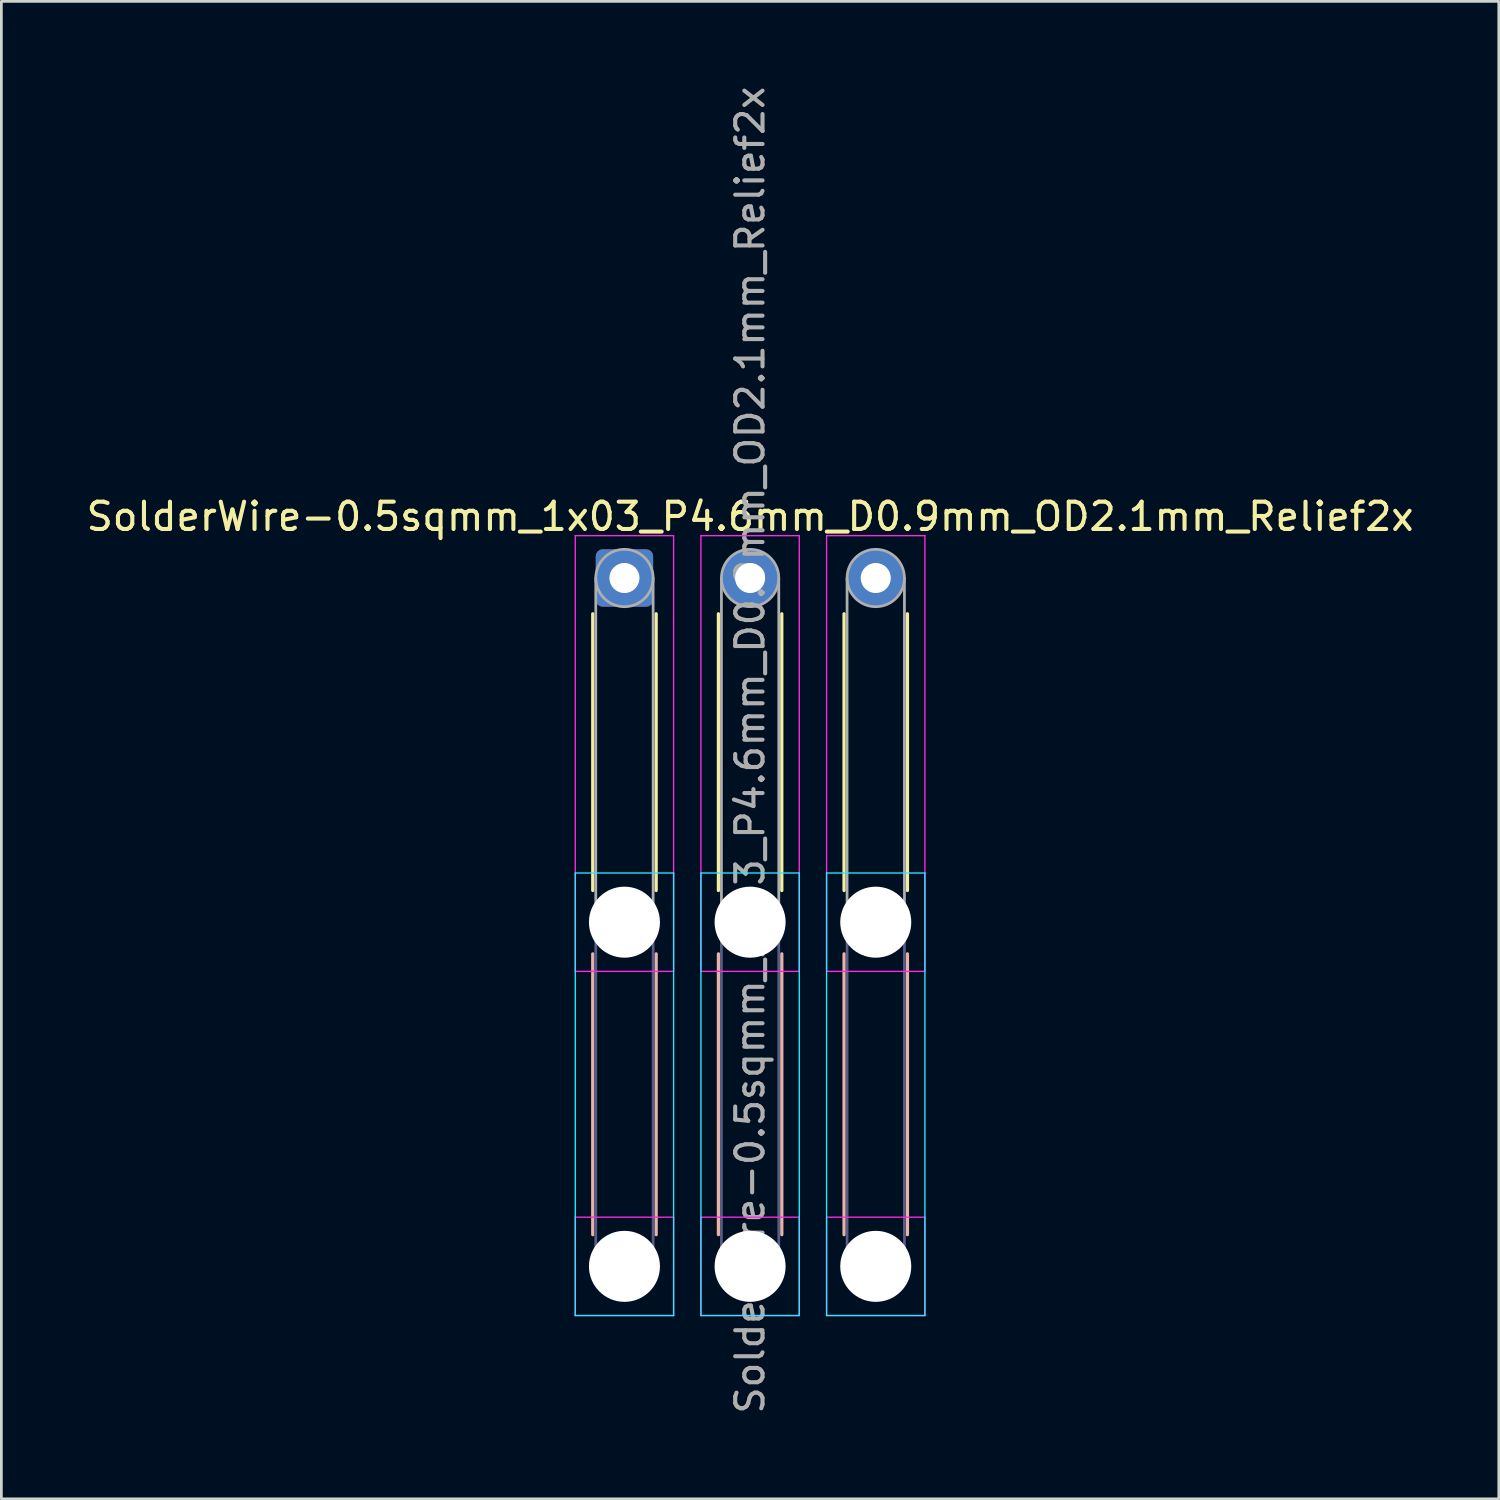
<source format=kicad_pcb>
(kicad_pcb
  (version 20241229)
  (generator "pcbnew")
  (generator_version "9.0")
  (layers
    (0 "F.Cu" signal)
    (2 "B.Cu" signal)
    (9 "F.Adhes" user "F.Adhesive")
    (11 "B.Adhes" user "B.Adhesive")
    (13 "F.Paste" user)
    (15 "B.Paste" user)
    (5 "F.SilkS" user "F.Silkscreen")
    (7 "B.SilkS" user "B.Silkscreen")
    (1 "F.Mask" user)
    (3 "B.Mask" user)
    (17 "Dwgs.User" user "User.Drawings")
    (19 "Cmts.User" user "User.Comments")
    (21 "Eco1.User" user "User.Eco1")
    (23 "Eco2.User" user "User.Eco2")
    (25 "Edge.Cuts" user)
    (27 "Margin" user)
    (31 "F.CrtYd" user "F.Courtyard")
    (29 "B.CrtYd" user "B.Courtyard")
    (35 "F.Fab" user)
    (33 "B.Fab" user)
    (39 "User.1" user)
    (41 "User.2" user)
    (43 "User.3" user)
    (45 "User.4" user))
  (footprint "SolderWire-0.5sqmm_1x03_P4.6mm_D0.9mm_OD2.1mm_Relief2x"
    (layer "F.Cu")
    (at 19.811 18.111)
    (property "Reference" "SolderWire-0.5sqmm_1x03_P4.6mm_D0.9mm_OD2.1mm_Relief2x" (at 4.6 -2.25 0) (layer "F.SilkS") (effects (font (size 1 1) (thickness 0.15))))
    (attr exclude_from_pos_files exclude_from_bom)
    (fp_line (start -1.16 1.31) (end -1.16 11.44) (stroke (width 0.12) (type solid)) (layer "F.SilkS"))
    (fp_line (start 1.16 1.31) (end 1.16 11.44) (stroke (width 0.12) (type solid)) (layer "F.SilkS"))
    (fp_line (start 3.44 1.31) (end 3.44 11.44) (stroke (width 0.12) (type solid)) (layer "F.SilkS"))
    (fp_line (start 5.76 1.31) (end 5.76 11.44) (stroke (width 0.12) (type solid)) (layer "F.SilkS"))
    (fp_line (start 8.04 1.31) (end 8.04 11.44) (stroke (width 0.12) (type solid)) (layer "F.SilkS"))
    (fp_line (start 10.36 1.31) (end 10.36 11.44) (stroke (width 0.12) (type solid)) (layer "F.SilkS"))
    (fp_line (start -1.16 13.76) (end -1.16 24.04) (stroke (width 0.12) (type solid)) (layer "B.SilkS"))
    (fp_line (start 1.16 13.76) (end 1.16 24.04) (stroke (width 0.12) (type solid)) (layer "B.SilkS"))
    (fp_line (start 3.44 13.76) (end 3.44 24.04) (stroke (width 0.12) (type solid)) (layer "B.SilkS"))
    (fp_line (start 5.76 13.76) (end 5.76 24.04) (stroke (width 0.12) (type solid)) (layer "B.SilkS"))
    (fp_line (start 8.04 13.76) (end 8.04 24.04) (stroke (width 0.12) (type solid)) (layer "B.SilkS"))
    (fp_line (start 10.36 13.76) (end 10.36 24.04) (stroke (width 0.12) (type solid)) (layer "B.SilkS"))
    (fp_line (start -1.8 10.8) (end -1.8 27) (stroke (width 0.05) (type solid)) (layer "B.CrtYd"))
    (fp_line (start -1.8 27) (end 1.8 27) (stroke (width 0.05) (type solid)) (layer "B.CrtYd"))
    (fp_line (start 1.8 10.8) (end -1.8 10.8) (stroke (width 0.05) (type solid)) (layer "B.CrtYd"))
    (fp_line (start 1.8 27) (end 1.8 10.8) (stroke (width 0.05) (type solid)) (layer "B.CrtYd"))
    (fp_line (start 2.8 10.8) (end 2.8 27) (stroke (width 0.05) (type solid)) (layer "B.CrtYd"))
    (fp_line (start 2.8 27) (end 6.4 27) (stroke (width 0.05) (type solid)) (layer "B.CrtYd"))
    (fp_line (start 6.4 10.8) (end 2.8 10.8) (stroke (width 0.05) (type solid)) (layer "B.CrtYd"))
    (fp_line (start 6.4 27) (end 6.4 10.8) (stroke (width 0.05) (type solid)) (layer "B.CrtYd"))
    (fp_line (start 7.4 10.8) (end 7.4 27) (stroke (width 0.05) (type solid)) (layer "B.CrtYd"))
    (fp_line (start 7.4 27) (end 11 27) (stroke (width 0.05) (type solid)) (layer "B.CrtYd"))
    (fp_line (start 11 10.8) (end 7.4 10.8) (stroke (width 0.05) (type solid)) (layer "B.CrtYd"))
    (fp_line (start 11 27) (end 11 10.8) (stroke (width 0.05) (type solid)) (layer "B.CrtYd"))
    (fp_line (start -1.8 -1.55) (end -1.8 14.4) (stroke (width 0.05) (type solid)) (layer "F.CrtYd"))
    (fp_line (start -1.8 14.4) (end 1.8 14.4) (stroke (width 0.05) (type solid)) (layer "F.CrtYd"))
    (fp_line (start -1.8 23.4) (end -1.8 27) (stroke (width 0.05) (type solid)) (layer "F.CrtYd"))
    (fp_line (start -1.8 27) (end 1.8 27) (stroke (width 0.05) (type solid)) (layer "F.CrtYd"))
    (fp_line (start 1.8 -1.55) (end -1.8 -1.55) (stroke (width 0.05) (type solid)) (layer "F.CrtYd"))
    (fp_line (start 1.8 14.4) (end 1.8 -1.55) (stroke (width 0.05) (type solid)) (layer "F.CrtYd"))
    (fp_line (start 1.8 23.4) (end -1.8 23.4) (stroke (width 0.05) (type solid)) (layer "F.CrtYd"))
    (fp_line (start 1.8 27) (end 1.8 23.4) (stroke (width 0.05) (type solid)) (layer "F.CrtYd"))
    (fp_line (start 2.8 -1.55) (end 2.8 14.4) (stroke (width 0.05) (type solid)) (layer "F.CrtYd"))
    (fp_line (start 2.8 14.4) (end 6.4 14.4) (stroke (width 0.05) (type solid)) (layer "F.CrtYd"))
    (fp_line (start 2.8 23.4) (end 2.8 27) (stroke (width 0.05) (type solid)) (layer "F.CrtYd"))
    (fp_line (start 2.8 27) (end 6.4 27) (stroke (width 0.05) (type solid)) (layer "F.CrtYd"))
    (fp_line (start 6.4 -1.55) (end 2.8 -1.55) (stroke (width 0.05) (type solid)) (layer "F.CrtYd"))
    (fp_line (start 6.4 14.4) (end 6.4 -1.55) (stroke (width 0.05) (type solid)) (layer "F.CrtYd"))
    (fp_line (start 6.4 23.4) (end 2.8 23.4) (stroke (width 0.05) (type solid)) (layer "F.CrtYd"))
    (fp_line (start 6.4 27) (end 6.4 23.4) (stroke (width 0.05) (type solid)) (layer "F.CrtYd"))
    (fp_line (start 7.4 -1.55) (end 7.4 14.4) (stroke (width 0.05) (type solid)) (layer "F.CrtYd"))
    (fp_line (start 7.4 14.4) (end 11 14.4) (stroke (width 0.05) (type solid)) (layer "F.CrtYd"))
    (fp_line (start 7.4 23.4) (end 7.4 27) (stroke (width 0.05) (type solid)) (layer "F.CrtYd"))
    (fp_line (start 7.4 27) (end 11 27) (stroke (width 0.05) (type solid)) (layer "F.CrtYd"))
    (fp_line (start 11 -1.55) (end 7.4 -1.55) (stroke (width 0.05) (type solid)) (layer "F.CrtYd"))
    (fp_line (start 11 14.4) (end 11 -1.55) (stroke (width 0.05) (type solid)) (layer "F.CrtYd"))
    (fp_line (start 11 23.4) (end 7.4 23.4) (stroke (width 0.05) (type solid)) (layer "F.CrtYd"))
    (fp_line (start 11 27) (end 11 23.4) (stroke (width 0.05) (type solid)) (layer "F.CrtYd"))
    (fp_line (start -1.05 12.6) (end -1.05 25.2) (stroke (width 0.1) (type solid)) (layer "B.Fab"))
    (fp_line (start 1.05 12.6) (end 1.05 25.2) (stroke (width 0.1) (type solid)) (layer "B.Fab"))
    (fp_line (start 3.55 12.6) (end 3.55 25.2) (stroke (width 0.1) (type solid)) (layer "B.Fab"))
    (fp_line (start 5.65 12.6) (end 5.65 25.2) (stroke (width 0.1) (type solid)) (layer "B.Fab"))
    (fp_line (start 8.15 12.6) (end 8.15 25.2) (stroke (width 0.1) (type solid)) (layer "B.Fab"))
    (fp_line (start 10.25 12.6) (end 10.25 25.2) (stroke (width 0.1) (type solid)) (layer "B.Fab"))
    (fp_circle (center 0 12.6) (end 1.05 12.6) (stroke (width 0.1) (type solid)) (fill no) (layer "B.Fab"))
    (fp_circle (center 0 25.2) (end 1.05 25.2) (stroke (width 0.1) (type solid)) (fill no) (layer "B.Fab"))
    (fp_circle (center 4.6 12.6) (end 5.65 12.6) (stroke (width 0.1) (type solid)) (fill no) (layer "B.Fab"))
    (fp_circle (center 4.6 25.2) (end 5.65 25.2) (stroke (width 0.1) (type solid)) (fill no) (layer "B.Fab"))
    (fp_circle (center 9.2 12.6) (end 10.25 12.6) (stroke (width 0.1) (type solid)) (fill no) (layer "B.Fab"))
    (fp_circle (center 9.2 25.2) (end 10.25 25.2) (stroke (width 0.1) (type solid)) (fill no) (layer "B.Fab"))
    (fp_line (start -1.05 0) (end -1.05 12.6) (stroke (width 0.1) (type solid)) (layer "F.Fab"))
    (fp_line (start 1.05 0) (end 1.05 12.6) (stroke (width 0.1) (type solid)) (layer "F.Fab"))
    (fp_line (start 3.55 0) (end 3.55 12.6) (stroke (width 0.1) (type solid)) (layer "F.Fab"))
    (fp_line (start 5.65 0) (end 5.65 12.6) (stroke (width 0.1) (type solid)) (layer "F.Fab"))
    (fp_line (start 8.15 0) (end 8.15 12.6) (stroke (width 0.1) (type solid)) (layer "F.Fab"))
    (fp_line (start 10.25 0) (end 10.25 12.6) (stroke (width 0.1) (type solid)) (layer "F.Fab"))
    (fp_circle (center 0 0) (end 1.05 0) (stroke (width 0.1) (type solid)) (fill no) (layer "F.Fab"))
    (fp_circle (center 0 12.6) (end 1.05 12.6) (stroke (width 0.1) (type solid)) (fill no) (layer "F.Fab"))
    (fp_circle (center 0 25.2) (end 1.05 25.2) (stroke (width 0.1) (type solid)) (fill no) (layer "F.Fab"))
    (fp_circle (center 4.6 0) (end 5.65 0) (stroke (width 0.1) (type solid)) (fill no) (layer "F.Fab"))
    (fp_circle (center 4.6 12.6) (end 5.65 12.6) (stroke (width 0.1) (type solid)) (fill no) (layer "F.Fab"))
    (fp_circle (center 4.6 25.2) (end 5.65 25.2) (stroke (width 0.1) (type solid)) (fill no) (layer "F.Fab"))
    (fp_circle (center 9.2 0) (end 10.25 0) (stroke (width 0.1) (type solid)) (fill no) (layer "F.Fab"))
    (fp_circle (center 9.2 12.6) (end 10.25 12.6) (stroke (width 0.1) (type solid)) (fill no) (layer "F.Fab"))
    (fp_circle (center 9.2 25.2) (end 10.25 25.2) (stroke (width 0.1) (type solid)) (fill no) (layer "F.Fab"))
    (fp_text user "${REFERENCE}" (at 4.6 6.3 90) (layer "F.Fab") (effects (font (size 1 1) (thickness 0.15))))
    (pad "" np_thru_hole circle (at 0 12.6) (size 2.6 2.6) (drill 2.6) (layers "*.Cu" "*.Mask"))
    (pad "" np_thru_hole circle (at 0 25.2) (size 2.6 2.6) (drill 2.6) (layers "*.Cu" "*.Mask"))
    (pad "" np_thru_hole circle (at 4.6 12.6) (size 2.6 2.6) (drill 2.6) (layers "*.Cu" "*.Mask"))
    (pad "" np_thru_hole circle (at 4.6 25.2) (size 2.6 2.6) (drill 2.6) (layers "*.Cu" "*.Mask"))
    (pad "" np_thru_hole circle (at 9.2 12.6) (size 2.6 2.6) (drill 2.6) (layers "*.Cu" "*.Mask"))
    (pad "" np_thru_hole circle (at 9.2 25.2) (size 2.6 2.6) (drill 2.6) (layers "*.Cu" "*.Mask"))
    (pad "1" thru_hole roundrect (at 0 0) (size 2.1 2.1) (drill 1.1) (layers "*.Cu" "*.Mask") (roundrect_rratio 0.119))
    (pad "2" thru_hole circle (at 4.6 0) (size 2.1 2.1) (drill 1.1) (layers "*.Cu" "*.Mask"))
    (pad "3" thru_hole circle (at 9.2 0) (size 2.1 2.1) (drill 1.1) (layers "*.Cu" "*.Mask")))
  (gr_rect
    (start -3 -3)
    (end 51.821 51.821)
    (stroke (width 0.1) (type default))
    (fill no)
    (layer "Edge.Cuts")))
</source>
